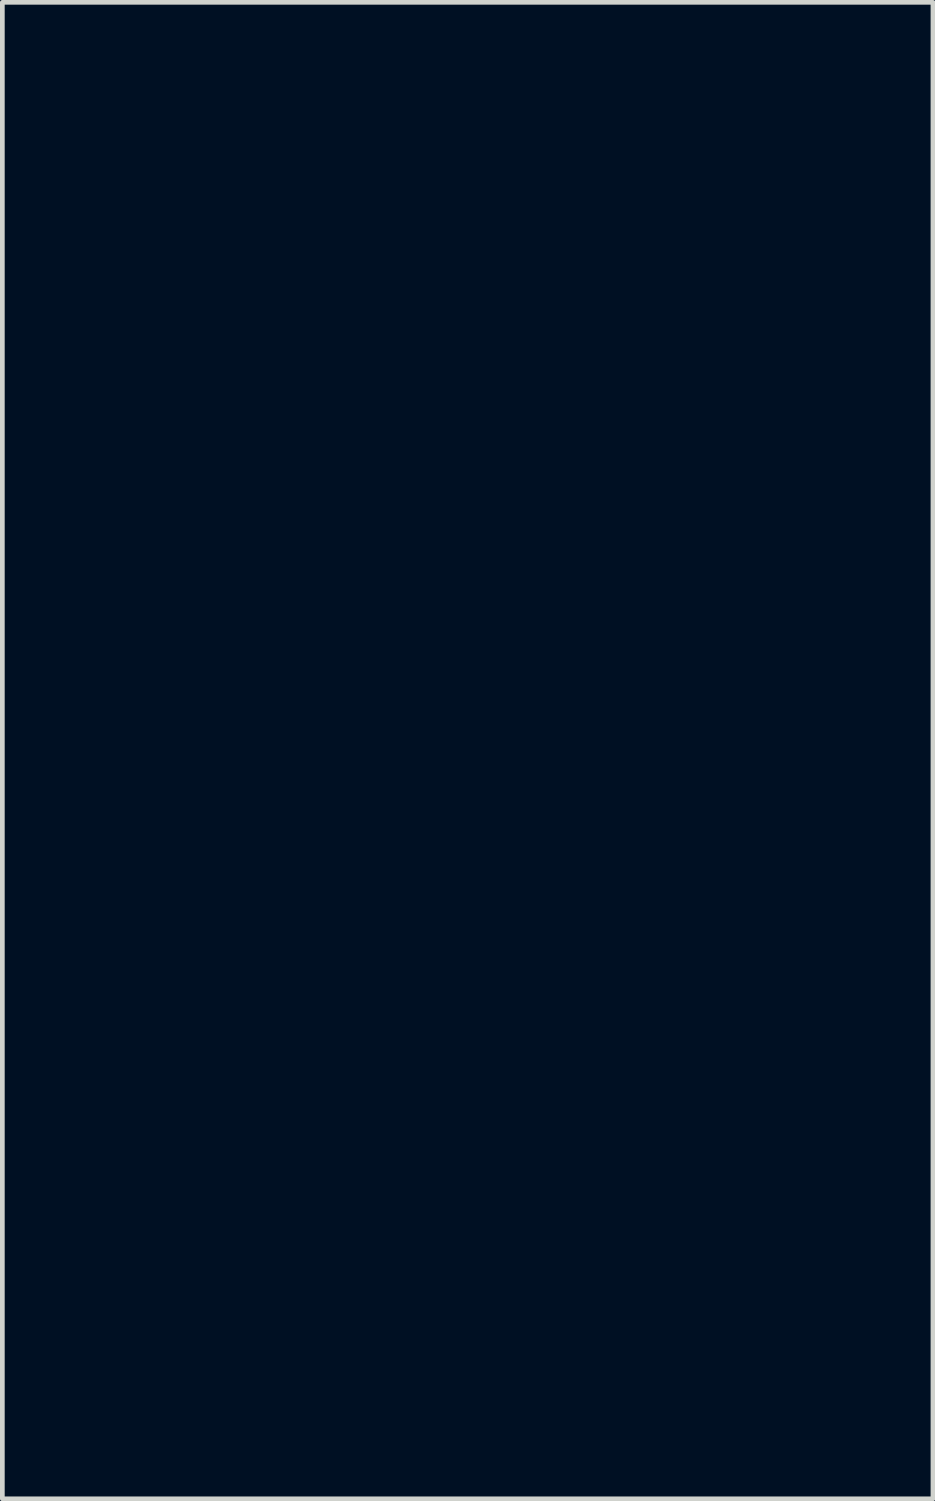
<source format=kicad_pcb>
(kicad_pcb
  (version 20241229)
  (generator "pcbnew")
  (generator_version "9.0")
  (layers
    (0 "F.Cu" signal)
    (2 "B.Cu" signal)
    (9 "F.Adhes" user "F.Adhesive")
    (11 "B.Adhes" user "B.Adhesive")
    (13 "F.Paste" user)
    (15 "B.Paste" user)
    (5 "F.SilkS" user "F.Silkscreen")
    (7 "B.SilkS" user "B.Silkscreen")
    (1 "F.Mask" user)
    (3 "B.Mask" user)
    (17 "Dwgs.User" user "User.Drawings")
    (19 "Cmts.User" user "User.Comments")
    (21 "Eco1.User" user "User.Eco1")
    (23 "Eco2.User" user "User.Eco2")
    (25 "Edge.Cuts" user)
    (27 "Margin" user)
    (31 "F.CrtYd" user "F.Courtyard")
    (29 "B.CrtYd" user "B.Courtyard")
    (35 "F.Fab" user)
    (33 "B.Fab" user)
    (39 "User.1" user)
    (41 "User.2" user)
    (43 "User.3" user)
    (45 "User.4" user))
  (footprint "blomster2"
    (layer "F.Cu")
    (at 3.863 25.523)
    (property "Reference" "blomster2" (at 0 -0.5 0) (unlocked yes) (layer "User.1") (effects (font (size 1 1) (thickness 0.15))))
    (fp_line (start -3.508 -18.868) (end -3.508 -18.868) (stroke (width 0.125) (type solid)) (layer "F.Mask"))
    (fp_line (start -3.508 -18.868) (end -3.508 -18.868) (stroke (width 0.125) (type solid)) (layer "F.Mask"))
    (fp_line (start -3.217 -20.653) (end -3.217 -20.654) (stroke (width 0.125) (type solid)) (layer "F.Mask"))
    (fp_line (start -3.217 -20.653) (end -3.217 -20.654) (stroke (width 0.125) (type solid)) (layer "F.Mask"))
    (fp_line (start -3.217 -20.654) (end -3.217 -20.653) (stroke (width 0.125) (type solid)) (layer "F.Mask"))
    (fp_line (start -3.217 -20.654) (end -3.217 -20.653) (stroke (width 0.125) (type solid)) (layer "F.Mask"))
    (fp_line (start -2.029 -22.685) (end -2.029 -22.685) (stroke (width 0.125) (type solid)) (layer "F.Mask"))
    (fp_line (start -2.029 -22.685) (end -2.029 -22.685) (stroke (width 0.125) (type solid)) (layer "F.Mask"))
    (fp_line (start -2.029 -22.685) (end -2.029 -22.685) (stroke (width 0.125) (type solid)) (layer "F.Mask"))
    (fp_line (start -2.029 -22.685) (end -2.029 -22.685) (stroke (width 0.125) (type solid)) (layer "F.Mask"))
    (fp_line (start -0.821 -24.816) (end -0.821 -24.816) (stroke (width 0.125) (type solid)) (layer "F.Mask"))
    (fp_line (start -0.821 -24.816) (end -0.821 -24.816) (stroke (width 0.125) (type solid)) (layer "F.Mask"))
    (fp_line (start -0.821 -24.816) (end -0.821 -24.816) (stroke (width 0.125) (type solid)) (layer "F.Mask"))
    (fp_line (start -0.821 -24.816) (end -0.821 -24.816) (stroke (width 0.125) (type solid)) (layer "F.Mask"))
    (fp_line (start 0.9 -24.25) (end 0.901 -24.25) (stroke (width 0.125) (type solid)) (layer "F.Mask"))
    (fp_line (start 0.9 -24.25) (end 0.901 -24.25) (stroke (width 0.125) (type solid)) (layer "F.Mask"))
    (fp_line (start 0.9 -24.25) (end 0.9 -24.25) (stroke (width 0.125) (type solid)) (layer "F.Mask"))
    (fp_line (start 0.9 -24.25) (end 0.9 -24.25) (stroke (width 0.125) (type solid)) (layer "F.Mask"))
    (fp_line (start 4.072 -18.101) (end 4.067 -18.109) (stroke (width 0.125) (type solid)) (layer "F.Mask"))
    (fp_line (start 4.072 -18.101) (end 4.067 -18.109) (stroke (width 0.125) (type solid)) (layer "F.Mask"))
    (fp_line (start 5.272 -17.661) (end 5.279 -16.871) (stroke (width 0.125) (type solid)) (layer "F.Mask"))
    (fp_line (start 5.272 -17.661) (end 5.279 -16.871) (stroke (width 0.125) (type solid)) (layer "F.Mask"))
    (fp_line (start 5.645 -11.191) (end 5.442 -11.515) (stroke (width 0.125) (type solid)) (layer "F.Mask"))
    (fp_line (start 5.645 -11.191) (end 5.442 -11.515) (stroke (width 0.125) (type solid)) (layer "F.Mask"))
    (fp_line (start 6.601 -15.37) (end 5.814 -15.343) (stroke (width 0.125) (type solid)) (layer "F.Mask"))
    (fp_line (start 6.601 -15.37) (end 5.814 -15.343) (stroke (width 0.125) (type solid)) (layer "F.Mask"))
    (fp_curve (pts (xy -3.508 -18.868) (xy -3.493 -18.644) (xy -3.522 -18.382) (xy -3.155 -18.467)) (stroke (width 0.125) (type solid)) (layer "F.Mask"))
    (fp_curve (pts (xy -3.508 -18.868) (xy -3.493 -18.644) (xy -3.522 -18.382) (xy -3.155 -18.467)) (stroke (width 0.125) (type solid)) (layer "F.Mask"))
    (fp_curve (pts (xy -3.506 -18.864) (xy -3.507 -19.523) (xy -3.468 -20.098) (xy -3.217 -20.66)) (stroke (width 0.125) (type solid)) (layer "F.Mask"))
    (fp_curve (pts (xy -3.506 -18.864) (xy -3.507 -19.523) (xy -3.468 -20.098) (xy -3.217 -20.66)) (stroke (width 0.125) (type solid)) (layer "F.Mask"))
    (fp_curve (pts (xy -3.217 -20.653) (xy -2.661 -21.535) (xy -3.869 -22.042) (xy -2.607 -22.753)) (stroke (width 0.125) (type solid)) (layer "F.Mask"))
    (fp_curve (pts (xy -3.217 -20.653) (xy -2.661 -21.535) (xy -3.869 -22.042) (xy -2.607 -22.753)) (stroke (width 0.125) (type solid)) (layer "F.Mask"))
    (fp_curve (pts (xy -3.217 -20.66) (xy -3.217 -20.658) (xy -3.217 -20.656) (xy -3.217 -20.653)) (stroke (width 0.125) (type solid)) (layer "F.Mask"))
    (fp_curve (pts (xy -3.217 -20.66) (xy -3.217 -20.658) (xy -3.217 -20.656) (xy -3.217 -20.653)) (stroke (width 0.125) (type solid)) (layer "F.Mask"))
    (fp_curve (pts (xy -3.216 -20.661) (xy -3.703 -20.232) (xy -3.641 -19.431) (xy -3.508 -18.868)) (stroke (width 0.125) (type solid)) (layer "F.Mask"))
    (fp_curve (pts (xy -3.216 -20.661) (xy -3.703 -20.232) (xy -3.641 -19.431) (xy -3.508 -18.868)) (stroke (width 0.125) (type solid)) (layer "F.Mask"))
    (fp_curve (pts (xy -3.192 -18.668) (xy -3.352 -18.656) (xy -3.445 -18.73) (xy -3.506 -18.864)) (stroke (width 0.125) (type solid)) (layer "F.Mask"))
    (fp_curve (pts (xy -3.192 -18.668) (xy -3.352 -18.656) (xy -3.445 -18.73) (xy -3.506 -18.864)) (stroke (width 0.125) (type solid)) (layer "F.Mask"))
    (fp_curve (pts (xy -3.155 -18.467) (xy -2.82 -18.332) (xy -2.677 -17.81) (xy -2.203 -17.85)) (stroke (width 0.125) (type solid)) (layer "F.Mask"))
    (fp_curve (pts (xy -3.155 -18.467) (xy -2.82 -18.332) (xy -2.677 -17.81) (xy -2.203 -17.85)) (stroke (width 0.125) (type solid)) (layer "F.Mask"))
    (fp_curve (pts (xy -2.76 -22.328) (xy -2.753 -22.333) (xy -2.639 -22.568) (xy -2.474 -22.703)) (stroke (width 0.125) (type solid)) (layer "F.Mask"))
    (fp_curve (pts (xy -2.76 -22.328) (xy -2.753 -22.333) (xy -2.639 -22.568) (xy -2.474 -22.703)) (stroke (width 0.125) (type solid)) (layer "F.Mask"))
    (fp_curve (pts (xy -2.634 -23.139) (xy -2.621 -23.121) (xy -2.603 -23.115) (xy -2.581 -23.116)) (stroke (width 0.125) (type solid)) (layer "F.Mask"))
    (fp_curve (pts (xy -2.634 -23.139) (xy -2.621 -23.121) (xy -2.603 -23.115) (xy -2.581 -23.116)) (stroke (width 0.125) (type solid)) (layer "F.Mask"))
    (fp_curve (pts (xy -2.607 -22.753) (xy -2.722 -22.427) (xy -2.767 -22.323) (xy -2.76 -22.328)) (stroke (width 0.125) (type solid)) (layer "F.Mask"))
    (fp_curve (pts (xy -2.607 -22.753) (xy -2.722 -22.427) (xy -2.767 -22.323) (xy -2.76 -22.328)) (stroke (width 0.125) (type solid)) (layer "F.Mask"))
    (fp_curve (pts (xy -2.581 -23.116) (xy -2.524 -23.118) (xy -2.446 -23.17) (xy -2.41 -23.172)) (stroke (width 0.125) (type solid)) (layer "F.Mask"))
    (fp_curve (pts (xy -2.581 -23.116) (xy -2.524 -23.118) (xy -2.446 -23.17) (xy -2.41 -23.172)) (stroke (width 0.125) (type solid)) (layer "F.Mask"))
    (fp_curve (pts (xy -2.474 -22.703) (xy -2.468 -22.707) (xy -2.463 -22.711) (xy -2.457 -22.715)) (stroke (width 0.125) (type solid)) (layer "F.Mask"))
    (fp_curve (pts (xy -2.474 -22.703) (xy -2.468 -22.707) (xy -2.463 -22.711) (xy -2.457 -22.715)) (stroke (width 0.125) (type solid)) (layer "F.Mask"))
    (fp_curve (pts (xy -2.457 -22.715) (xy -2.45 -22.721) (xy -2.443 -22.727) (xy -2.435 -22.732)) (stroke (width 0.125) (type solid)) (layer "F.Mask"))
    (fp_curve (pts (xy -2.457 -22.715) (xy -2.45 -22.721) (xy -2.443 -22.727) (xy -2.435 -22.732)) (stroke (width 0.125) (type solid)) (layer "F.Mask"))
    (fp_curve (pts (xy -2.435 -22.732) (xy -2.316 -22.813) (xy -2.175 -22.834) (xy -2.029 -22.685)) (stroke (width 0.125) (type solid)) (layer "F.Mask"))
    (fp_curve (pts (xy -2.435 -22.732) (xy -2.316 -22.813) (xy -2.175 -22.834) (xy -2.029 -22.685)) (stroke (width 0.125) (type solid)) (layer "F.Mask"))
    (fp_curve (pts (xy -2.41 -23.172) (xy -2.387 -23.173) (xy -2.38 -23.155) (xy -2.405 -23.094)) (stroke (width 0.125) (type solid)) (layer "F.Mask"))
    (fp_curve (pts (xy -2.41 -23.172) (xy -2.387 -23.173) (xy -2.38 -23.155) (xy -2.405 -23.094)) (stroke (width 0.125) (type solid)) (layer "F.Mask"))
    (fp_curve (pts (xy -2.405 -23.094) (xy -3.663 -22.518) (xy -3.075 -21.679) (xy -3.216 -20.661)) (stroke (width 0.125) (type solid)) (layer "F.Mask"))
    (fp_curve (pts (xy -2.405 -23.094) (xy -3.663 -22.518) (xy -3.075 -21.679) (xy -3.216 -20.661)) (stroke (width 0.125) (type solid)) (layer "F.Mask"))
    (fp_curve (pts (xy -2.303 -19.065) (xy -2.365 -19.562) (xy -1.812 -19.656) (xy -1.793 -20.078)) (stroke (width 0.125) (type solid)) (layer "F.Mask"))
    (fp_curve (pts (xy -2.303 -19.065) (xy -2.365 -19.562) (xy -1.812 -19.656) (xy -1.793 -20.078)) (stroke (width 0.125) (type solid)) (layer "F.Mask"))
    (fp_curve (pts (xy -2.28 -22.974) (xy -2.21 -22.97) (xy -2.141 -22.968) (xy -2.072 -22.968)) (stroke (width 0.125) (type solid)) (layer "F.Mask"))
    (fp_curve (pts (xy -2.28 -22.974) (xy -2.21 -22.97) (xy -2.141 -22.968) (xy -2.072 -22.968)) (stroke (width 0.125) (type solid)) (layer "F.Mask"))
    (fp_curve (pts (xy -2.203 -17.85) (xy -2.6 -18.034) (xy -2.79 -18.582) (xy -3.192 -18.668)) (stroke (width 0.125) (type solid)) (layer "F.Mask"))
    (fp_curve (pts (xy -2.203 -17.85) (xy -2.6 -18.034) (xy -2.79 -18.582) (xy -3.192 -18.668)) (stroke (width 0.125) (type solid)) (layer "F.Mask"))
    (fp_curve (pts (xy -2.2 -18.576) (xy -0.977 -17.851) (xy -0.219 -20.048) (xy 0.798 -18.959)) (stroke (width 0.125) (type solid)) (layer "F.Mask"))
    (fp_curve (pts (xy -2.2 -18.576) (xy -0.977 -17.851) (xy -0.219 -20.048) (xy 0.798 -18.959)) (stroke (width 0.125) (type solid)) (layer "F.Mask"))
    (fp_curve (pts (xy -2.075 -20.591) (xy -1.981 -20.867) (xy -1.787 -21.066) (xy -1.598 -21.268)) (stroke (width 0.125) (type solid)) (layer "F.Mask"))
    (fp_curve (pts (xy -2.075 -20.591) (xy -1.981 -20.867) (xy -1.787 -21.066) (xy -1.598 -21.268)) (stroke (width 0.125) (type solid)) (layer "F.Mask"))
    (fp_curve (pts (xy -2.072 -22.968) (xy -1.588 -22.969) (xy -1.119 -23.065) (xy -0.664 -23.088)) (stroke (width 0.125) (type solid)) (layer "F.Mask"))
    (fp_curve (pts (xy -2.072 -22.968) (xy -1.588 -22.969) (xy -1.119 -23.065) (xy -0.664 -23.088)) (stroke (width 0.125) (type solid)) (layer "F.Mask"))
    (fp_curve (pts (xy -2.029 -22.685) (xy -2.063 -22.83) (xy -2.224 -22.843) (xy -2.28 -22.974)) (stroke (width 0.125) (type solid)) (layer "F.Mask"))
    (fp_curve (pts (xy -2.029 -22.685) (xy -2.063 -22.83) (xy -2.224 -22.843) (xy -2.28 -22.974)) (stroke (width 0.125) (type solid)) (layer "F.Mask"))
    (fp_curve (pts (xy -2.006 -17.721) (xy -1.238 -16.305) (xy -0.556 -18.902) (xy 0.405 -18.669)) (stroke (width 0.125) (type solid)) (layer "F.Mask"))
    (fp_curve (pts (xy -2.006 -17.721) (xy -1.238 -16.305) (xy -0.556 -18.902) (xy 0.405 -18.669)) (stroke (width 0.125) (type solid)) (layer "F.Mask"))
    (fp_curve (pts (xy -1.816 -23.398) (xy -2.129 -23.389) (xy -2.419 -23.317) (xy -2.634 -23.139)) (stroke (width 0.125) (type solid)) (layer "F.Mask"))
    (fp_curve (pts (xy -1.816 -23.398) (xy -2.129 -23.389) (xy -2.419 -23.317) (xy -2.634 -23.139)) (stroke (width 0.125) (type solid)) (layer "F.Mask"))
    (fp_curve (pts (xy -1.793 -20.078) (xy -1.935 -19.723) (xy -2.646 -19.534) (xy -2.303 -19.065)) (stroke (width 0.125) (type solid)) (layer "F.Mask"))
    (fp_curve (pts (xy -1.793 -20.078) (xy -1.935 -19.723) (xy -2.646 -19.534) (xy -2.303 -19.065)) (stroke (width 0.125) (type solid)) (layer "F.Mask"))
    (fp_curve (pts (xy -1.598 -21.268) (xy -1.874 -21.122) (xy -2.083 -20.929) (xy -2.075 -20.591)) (stroke (width 0.125) (type solid)) (layer "F.Mask"))
    (fp_curve (pts (xy -1.598 -21.268) (xy -1.874 -21.122) (xy -2.083 -20.929) (xy -2.075 -20.591)) (stroke (width 0.125) (type solid)) (layer "F.Mask"))
    (fp_curve (pts (xy -0.821 -24.816) (xy -0.75 -24.99) (xy -0.713 -25.317) (xy -0.542 -25.325)) (stroke (width 0.125) (type solid)) (layer "F.Mask"))
    (fp_curve (pts (xy -0.821 -24.816) (xy -0.75 -24.99) (xy -0.713 -25.317) (xy -0.542 -25.325)) (stroke (width 0.125) (type solid)) (layer "F.Mask"))
    (fp_curve (pts (xy -0.798 -22.725) (xy -0.547 -22.084) (xy -0.077 -22.338) (xy -0.626 -22.824)) (stroke (width 0.125) (type solid)) (layer "F.Mask"))
    (fp_curve (pts (xy -0.798 -22.725) (xy -0.547 -22.084) (xy -0.077 -22.338) (xy -0.626 -22.824)) (stroke (width 0.125) (type solid)) (layer "F.Mask"))
    (fp_curve (pts (xy -0.745 -20.046) (xy -0.445 -19.805) (xy -0.152 -19.561) (xy 0.208 -19.374)) (stroke (width 0.125) (type solid)) (layer "F.Mask"))
    (fp_curve (pts (xy -0.745 -20.046) (xy -0.445 -19.805) (xy -0.152 -19.561) (xy 0.208 -19.374)) (stroke (width 0.125) (type solid)) (layer "F.Mask"))
    (fp_curve (pts (xy -0.664 -23.088) (xy -0.234 -22.96) (xy -0.202 -22.88) (xy -0.245 -22.426)) (stroke (width 0.125) (type solid)) (layer "F.Mask"))
    (fp_curve (pts (xy -0.664 -23.088) (xy -0.234 -22.96) (xy -0.202 -22.88) (xy -0.245 -22.426)) (stroke (width 0.125) (type solid)) (layer "F.Mask"))
    (fp_curve (pts (xy -0.631 -24.255) (xy -0.689 -23.821) (xy -0.338 -23.542) (xy -0.301 -23.111)) (stroke (width 0.125) (type solid)) (layer "F.Mask"))
    (fp_curve (pts (xy -0.631 -24.255) (xy -0.689 -23.821) (xy -0.338 -23.542) (xy -0.301 -23.111)) (stroke (width 0.125) (type solid)) (layer "F.Mask"))
    (fp_curve (pts (xy -0.626 -22.824) (xy -0.49 -22.348) (xy -0.443 -22.546) (xy -0.798 -22.725)) (stroke (width 0.125) (type solid)) (layer "F.Mask"))
    (fp_curve (pts (xy -0.626 -22.824) (xy -0.49 -22.348) (xy -0.443 -22.546) (xy -0.798 -22.725)) (stroke (width 0.125) (type solid)) (layer "F.Mask"))
    (fp_curve (pts (xy -0.542 -25.325) (xy -0.503 -25.327) (xy -0.456 -25.311) (xy -0.4 -25.273)) (stroke (width 0.125) (type solid)) (layer "F.Mask"))
    (fp_curve (pts (xy -0.542 -25.325) (xy -0.503 -25.327) (xy -0.456 -25.311) (xy -0.4 -25.273)) (stroke (width 0.125) (type solid)) (layer "F.Mask"))
    (fp_curve (pts (xy -0.534 -25.46) (xy -0.739 -25.452) (xy -0.857 -25.183) (xy -0.821 -24.816)) (stroke (width 0.125) (type solid)) (layer "F.Mask"))
    (fp_curve (pts (xy -0.534 -25.46) (xy -0.739 -25.452) (xy -0.857 -25.183) (xy -0.821 -24.816)) (stroke (width 0.125) (type solid)) (layer "F.Mask"))
    (fp_curve (pts (xy -0.534 -25.46) (xy -0.534 -25.46) (xy -0.534 -25.46) (xy -0.534 -25.46)) (stroke (width 0.125) (type solid)) (layer "F.Mask"))
    (fp_curve (pts (xy -0.534 -25.46) (xy -0.534 -25.46) (xy -0.534 -25.46) (xy -0.534 -25.46)) (stroke (width 0.125) (type solid)) (layer "F.Mask"))
    (fp_curve (pts (xy -0.534 -25.46) (xy -0.534 -25.46) (xy -0.534 -25.46) (xy -0.534 -25.46)) (stroke (width 0.125) (type solid)) (layer "F.Mask"))
    (fp_curve (pts (xy -0.534 -25.46) (xy -0.534 -25.46) (xy -0.534 -25.46) (xy -0.534 -25.46)) (stroke (width 0.125) (type solid)) (layer "F.Mask"))
    (fp_curve (pts (xy -0.508 -3.048) (xy 0.726 -3.519) (xy 0.978 -5.804) (xy 1.614 -6.912)) (stroke (width 0.125) (type solid)) (layer "F.Mask"))
    (fp_curve (pts (xy -0.508 -3.048) (xy 0.734 -4.583) (xy 1.305 -6.412) (xy 1.404 -8.296)) (stroke (width 0.125) (type solid)) (layer "F.Mask"))
    (fp_curve (pts (xy -0.4 -25.273) (xy -0.184 -25.129) (xy -0.969 -24.886) (xy -0.631 -24.255)) (stroke (width 0.125) (type solid)) (layer "F.Mask"))
    (fp_curve (pts (xy -0.4 -25.273) (xy -0.184 -25.129) (xy -0.969 -24.886) (xy -0.631 -24.255)) (stroke (width 0.125) (type solid)) (layer "F.Mask"))
    (fp_curve (pts (xy -0.301 -23.111) (xy -0.707 -23.251) (xy -1.294 -23.412) (xy -1.816 -23.398)) (stroke (width 0.125) (type solid)) (layer "F.Mask"))
    (fp_curve (pts (xy -0.301 -23.111) (xy -0.707 -23.251) (xy -1.294 -23.412) (xy -1.816 -23.398)) (stroke (width 0.125) (type solid)) (layer "F.Mask"))
    (fp_curve (pts (xy -0.286 -16.327) (xy -0.526 -17.432) (xy 0.312 -17.951) (xy 0.922 -18.68)) (stroke (width 0.125) (type solid)) (layer "F.Mask"))
    (fp_curve (pts (xy -0.286 -16.327) (xy -0.526 -17.432) (xy 0.312 -17.951) (xy 0.922 -18.68)) (stroke (width 0.125) (type solid)) (layer "F.Mask"))
    (fp_curve (pts (xy -0.245 -22.426) (xy -0.397 -21.988) (xy -0.133 -21.16) (xy -0.044 -21.141)) (stroke (width 0.125) (type solid)) (layer "F.Mask"))
    (fp_curve (pts (xy -0.245 -22.426) (xy -0.397 -21.988) (xy -0.133 -21.16) (xy -0.044 -21.141)) (stroke (width 0.125) (type solid)) (layer "F.Mask"))
    (fp_curve (pts (xy -0.091 -18.934) (xy -0.067 -18.808) (xy 0.056 -18.916) (xy 0.102 -18.822)) (stroke (width 0.125) (type solid)) (layer "F.Mask"))
    (fp_curve (pts (xy -0.091 -18.934) (xy -0.067 -18.808) (xy 0.056 -18.916) (xy 0.102 -18.822)) (stroke (width 0.125) (type solid)) (layer "F.Mask"))
    (fp_curve (pts (xy -0.086 -21.728) (xy -0.076 -22.547) (xy -0.175 -23.695) (xy 0.535 -24.101)) (stroke (width 0.125) (type solid)) (layer "F.Mask"))
    (fp_curve (pts (xy -0.086 -21.728) (xy -0.076 -22.547) (xy -0.175 -23.695) (xy 0.535 -24.101)) (stroke (width 0.125) (type solid)) (layer "F.Mask"))
    (fp_curve (pts (xy -0.081 -20.188) (xy -0.17 -19.773) (xy 0.262 -19.72) (xy 0.458 -19.439)) (stroke (width 0.125) (type solid)) (layer "F.Mask"))
    (fp_curve (pts (xy -0.081 -20.188) (xy -0.17 -19.773) (xy 0.262 -19.72) (xy 0.458 -19.439)) (stroke (width 0.125) (type solid)) (layer "F.Mask"))
    (fp_curve (pts (xy -0.044 -17.942) (xy -0.524 -17.767) (xy -0.734 -16.696) (xy -0.286 -16.327)) (stroke (width 0.125) (type solid)) (layer "F.Mask"))
    (fp_curve (pts (xy -0.044 -17.942) (xy -0.524 -17.767) (xy -0.734 -16.696) (xy -0.286 -16.327)) (stroke (width 0.125) (type solid)) (layer "F.Mask"))
    (fp_curve (pts (xy -0.044 -21.141) (xy -0.004 -21.132) (xy 0.001 -21.29) (xy -0.086 -21.728)) (stroke (width 0.125) (type solid)) (layer "F.Mask"))
    (fp_curve (pts (xy -0.044 -21.141) (xy -0.004 -21.132) (xy 0.001 -21.29) (xy -0.086 -21.728)) (stroke (width 0.125) (type solid)) (layer "F.Mask"))
    (fp_curve (pts (xy 0.013 -3.048) (xy 1.785 -4.691) (xy 2.033 -8.039) (xy 2.123 -10.505)) (stroke (width 0.125) (type solid)) (layer "F.Mask"))
    (fp_curve (pts (xy 0.013 -3.048) (xy 0.365 -3.639) (xy 1.487 -5.625) (xy 1.614 -6.912)) (stroke (width 0.125) (type solid)) (layer "F.Mask"))
    (fp_curve (pts (xy 0.021 -21.064) (xy -0.37 -21.309) (xy 0.115 -20.326) (xy 0.182 -20.488)) (stroke (width 0.125) (type solid)) (layer "F.Mask"))
    (fp_curve (pts (xy 0.021 -21.064) (xy -0.37 -21.309) (xy 0.115 -20.326) (xy 0.182 -20.488)) (stroke (width 0.125) (type solid)) (layer "F.Mask"))
    (fp_curve (pts (xy 0.102 -18.822) (xy -0.732 -18.562) (xy -1.005 -16.792) (xy -2.006 -17.721)) (stroke (width 0.125) (type solid)) (layer "F.Mask"))
    (fp_curve (pts (xy 0.102 -18.822) (xy -0.732 -18.562) (xy -1.005 -16.792) (xy -2.006 -17.721)) (stroke (width 0.125) (type solid)) (layer "F.Mask"))
    (fp_curve (pts (xy 0.144 -20.702) (xy 0.137 -20.839) (xy 0.138 -20.974) (xy 0.021 -21.064)) (stroke (width 0.125) (type solid)) (layer "F.Mask"))
    (fp_curve (pts (xy 0.144 -20.702) (xy 0.137 -20.839) (xy 0.138 -20.974) (xy 0.021 -21.064)) (stroke (width 0.125) (type solid)) (layer "F.Mask"))
    (fp_curve (pts (xy 0.144 -20.701) (xy 0.231 -20.406) (xy 0.163 -20.097) (xy 0.443 -19.854)) (stroke (width 0.125) (type solid)) (layer "F.Mask"))
    (fp_curve (pts (xy 0.144 -20.701) (xy 0.231 -20.406) (xy 0.163 -20.097) (xy 0.443 -19.854)) (stroke (width 0.125) (type solid)) (layer "F.Mask"))
    (fp_curve (pts (xy 0.182 -20.488) (xy 0.154 -20.554) (xy 0.148 -20.627) (xy 0.144 -20.701)) (stroke (width 0.125) (type solid)) (layer "F.Mask"))
    (fp_curve (pts (xy 0.182 -20.488) (xy 0.154 -20.554) (xy 0.148 -20.627) (xy 0.144 -20.701)) (stroke (width 0.125) (type solid)) (layer "F.Mask"))
    (fp_curve (pts (xy 0.208 -19.374) (xy -0.992 -19.366) (xy -0.635 -18.369) (xy -2.2 -18.576)) (stroke (width 0.125) (type solid)) (layer "F.Mask"))
    (fp_curve (pts (xy 0.208 -19.374) (xy -0.992 -19.366) (xy -0.635 -18.369) (xy -2.2 -18.576)) (stroke (width 0.125) (type solid)) (layer "F.Mask"))
    (fp_curve (pts (xy 0.339 -24.435) (xy -0.149 -24.4) (xy -0.051 -25.449) (xy -0.534 -25.46)) (stroke (width 0.125) (type solid)) (layer "F.Mask"))
    (fp_curve (pts (xy 0.339 -24.435) (xy -0.149 -24.4) (xy -0.051 -25.449) (xy -0.534 -25.46)) (stroke (width 0.125) (type solid)) (layer "F.Mask"))
    (fp_curve (pts (xy 0.367 -18.801) (xy 0.864 -19.097) (xy 0.138 -18.966) (xy -0.091 -18.934)) (stroke (width 0.125) (type solid)) (layer "F.Mask"))
    (fp_curve (pts (xy 0.367 -18.801) (xy 0.864 -19.097) (xy 0.138 -18.966) (xy -0.091 -18.934)) (stroke (width 0.125) (type solid)) (layer "F.Mask"))
    (fp_curve (pts (xy 0.405 -18.669) (xy 0.595 -18.683) (xy 0.717 -18.537) (xy 0.53 -18.419)) (stroke (width 0.125) (type solid)) (layer "F.Mask"))
    (fp_curve (pts (xy 0.405 -18.669) (xy 0.595 -18.683) (xy 0.717 -18.537) (xy 0.53 -18.419)) (stroke (width 0.125) (type solid)) (layer "F.Mask"))
    (fp_curve (pts (xy 0.443 -19.854) (xy 0.117 -19.809) (xy 0.104 -20.122) (xy -0.081 -20.188)) (stroke (width 0.125) (type solid)) (layer "F.Mask"))
    (fp_curve (pts (xy 0.443 -19.854) (xy 0.117 -19.809) (xy 0.104 -20.122) (xy -0.081 -20.188)) (stroke (width 0.125) (type solid)) (layer "F.Mask"))
    (fp_curve (pts (xy 0.458 -19.439) (xy 0.032 -19.666) (xy -0.379 -19.807) (xy -0.745 -20.046)) (stroke (width 0.125) (type solid)) (layer "F.Mask"))
    (fp_curve (pts (xy 0.458 -19.439) (xy 0.032 -19.666) (xy -0.379 -19.807) (xy -0.745 -20.046)) (stroke (width 0.125) (type solid)) (layer "F.Mask"))
    (fp_curve (pts (xy 0.511 -24.483) (xy 0.446 -24.454) (xy 0.39 -24.438) (xy 0.339 -24.435)) (stroke (width 0.125) (type solid)) (layer "F.Mask"))
    (fp_curve (pts (xy 0.511 -24.483) (xy 0.446 -24.454) (xy 0.39 -24.438) (xy 0.339 -24.435)) (stroke (width 0.125) (type solid)) (layer "F.Mask"))
    (fp_curve (pts (xy 0.53 -18.419) (xy 0.355 -18.244) (xy 0.245 -18.02) (xy -0.044 -17.942)) (stroke (width 0.125) (type solid)) (layer "F.Mask"))
    (fp_curve (pts (xy 0.53 -18.419) (xy 0.355 -18.244) (xy 0.245 -18.02) (xy -0.044 -17.942)) (stroke (width 0.125) (type solid)) (layer "F.Mask"))
    (fp_curve (pts (xy 0.535 -24.101) (xy 0.472 -24.306) (xy 0.533 -24.444) (xy 0.646 -24.441)) (stroke (width 0.125) (type solid)) (layer "F.Mask"))
    (fp_curve (pts (xy 0.535 -24.101) (xy 0.472 -24.306) (xy 0.533 -24.444) (xy 0.646 -24.441)) (stroke (width 0.125) (type solid)) (layer "F.Mask"))
    (fp_curve (pts (xy 0.646 -24.441) (xy 0.716 -24.44) (xy 0.807 -24.382) (xy 0.9 -24.25)) (stroke (width 0.125) (type solid)) (layer "F.Mask"))
    (fp_curve (pts (xy 0.646 -24.441) (xy 0.716 -24.44) (xy 0.807 -24.382) (xy 0.9 -24.25)) (stroke (width 0.125) (type solid)) (layer "F.Mask"))
    (fp_curve (pts (xy 0.65 -21.316) (xy 0.613 -20.776) (xy 1.229 -20.695) (xy 1.166 -20.155)) (stroke (width 0.125) (type solid)) (layer "F.Mask"))
    (fp_curve (pts (xy 0.65 -21.316) (xy 0.613 -20.776) (xy 1.229 -20.695) (xy 1.166 -20.155)) (stroke (width 0.125) (type solid)) (layer "F.Mask"))
    (fp_curve (pts (xy 0.7 -24.577) (xy 0.648 -24.58) (xy 0.586 -24.548) (xy 0.511 -24.483)) (stroke (width 0.125) (type solid)) (layer "F.Mask"))
    (fp_curve (pts (xy 0.7 -24.577) (xy 0.648 -24.58) (xy 0.586 -24.548) (xy 0.511 -24.483)) (stroke (width 0.125) (type solid)) (layer "F.Mask"))
    (fp_curve (pts (xy 0.794 -12.95) (xy 0.275 -14.049) (xy 0.796 -15.091) (xy 1.199 -16.129)) (stroke (width 0.125) (type solid)) (layer "F.Mask"))
    (fp_curve (pts (xy 0.794 -12.95) (xy 1.792 -9.639) (xy 1.762 -5.852) (xy -0.508 -3.048)) (stroke (width 0.125) (type solid)) (layer "F.Mask"))
    (fp_curve (pts (xy 0.798 -18.959) (xy 0.786 -18.922) (xy 0.779 -18.874) (xy 0.837 -18.867)) (stroke (width 0.125) (type solid)) (layer "F.Mask"))
    (fp_curve (pts (xy 0.798 -18.959) (xy 0.786 -18.922) (xy 0.779 -18.874) (xy 0.837 -18.867)) (stroke (width 0.125) (type solid)) (layer "F.Mask"))
    (fp_curve (pts (xy 0.837 -18.867) (xy 0.874 -18.863) (xy 0.967 -19.084) (xy 0.942 -18.845)) (stroke (width 0.125) (type solid)) (layer "F.Mask"))
    (fp_curve (pts (xy 0.837 -18.867) (xy 0.874 -18.863) (xy 0.967 -19.084) (xy 0.942 -18.845)) (stroke (width 0.125) (type solid)) (layer "F.Mask"))
    (fp_curve (pts (xy 0.87 -22.103) (xy 0.776 -22.916) (xy 1.632 -23.291) (xy 1.038 -24.154)) (stroke (width 0.125) (type solid)) (layer "F.Mask"))
    (fp_curve (pts (xy 0.87 -22.103) (xy 0.776 -22.916) (xy 1.632 -23.291) (xy 1.038 -24.154)) (stroke (width 0.125) (type solid)) (layer "F.Mask"))
    (fp_curve (pts (xy 0.901 -24.25) (xy 0.848 -24.466) (xy 0.787 -24.571) (xy 0.7 -24.577)) (stroke (width 0.125) (type solid)) (layer "F.Mask"))
    (fp_curve (pts (xy 0.901 -24.25) (xy 0.848 -24.466) (xy 0.787 -24.571) (xy 0.7 -24.577)) (stroke (width 0.125) (type solid)) (layer "F.Mask"))
    (fp_curve (pts (xy 0.922 -18.68) (xy 0.81 -18.417) (xy 0.689 -17.141) (xy 1.026 -17.723)) (stroke (width 0.125) (type solid)) (layer "F.Mask"))
    (fp_curve (pts (xy 0.922 -18.68) (xy 0.81 -18.417) (xy 0.689 -17.141) (xy 1.026 -17.723)) (stroke (width 0.125) (type solid)) (layer "F.Mask"))
    (fp_curve (pts (xy 0.942 -18.845) (xy 0.834 -18.547) (xy 0.565 -18.876) (xy 0.367 -18.801)) (stroke (width 0.125) (type solid)) (layer "F.Mask"))
    (fp_curve (pts (xy 0.942 -18.845) (xy 0.834 -18.547) (xy 0.565 -18.876) (xy 0.367 -18.801)) (stroke (width 0.125) (type solid)) (layer "F.Mask"))
    (fp_curve (pts (xy 1.018 -22.527) (xy 1.025 -21.784) (xy 1.952 -21.592) (xy 2.018 -20.941)) (stroke (width 0.125) (type solid)) (layer "F.Mask"))
    (fp_curve (pts (xy 1.018 -22.527) (xy 1.025 -21.784) (xy 1.952 -21.592) (xy 2.018 -20.941)) (stroke (width 0.125) (type solid)) (layer "F.Mask"))
    (fp_curve (pts (xy 1.026 -17.723) (xy 1.142 -17.964) (xy 0.842 -19.043) (xy 1.367 -18.591)) (stroke (width 0.125) (type solid)) (layer "F.Mask"))
    (fp_curve (pts (xy 1.026 -17.723) (xy 1.142 -17.964) (xy 0.842 -19.043) (xy 1.367 -18.591)) (stroke (width 0.125) (type solid)) (layer "F.Mask"))
    (fp_curve (pts (xy 1.038 -24.154) (xy 1.255 -23.266) (xy 0.582 -22.753) (xy 0.87 -22.103)) (stroke (width 0.125) (type solid)) (layer "F.Mask"))
    (fp_curve (pts (xy 1.038 -24.154) (xy 1.255 -23.266) (xy 0.582 -22.753) (xy 0.87 -22.103)) (stroke (width 0.125) (type solid)) (layer "F.Mask"))
    (fp_curve (pts (xy 1.166 -20.155) (xy 1.314 -20.76) (xy 0.854 -20.797) (xy 0.65 -21.316)) (stroke (width 0.125) (type solid)) (layer "F.Mask"))
    (fp_curve (pts (xy 1.166 -20.155) (xy 1.314 -20.76) (xy 0.854 -20.797) (xy 0.65 -21.316)) (stroke (width 0.125) (type solid)) (layer "F.Mask"))
    (fp_curve (pts (xy 1.198 -16.129) (xy 0.796 -15.091) (xy 0.275 -14.05) (xy 0.794 -12.95)) (stroke (width 0.125) (type solid)) (layer "F.Mask"))
    (fp_curve (pts (xy 1.198 -16.129) (xy 1.345 -16.507) (xy 1.475 -16.885) (xy 1.534 -17.264)) (stroke (width 0.125) (type solid)) (layer "F.Mask"))
    (fp_curve (pts (xy 1.198 -16.129) (xy 1.345 -16.507) (xy 1.475 -16.885) (xy 1.534 -17.264)) (stroke (width 0.125) (type solid)) (layer "F.Mask"))
    (fp_curve (pts (xy 1.199 -16.129) (xy 0.487 -13.332) (xy 1.125 -12.062) (xy 1.865 -8.656)) (stroke (width 0.125) (type solid)) (layer "F.Mask"))
    (fp_curve (pts (xy 1.367 -18.591) (xy 1.576 -18.144) (xy 1.602 -17.702) (xy 1.534 -17.264)) (stroke (width 0.125) (type solid)) (layer "F.Mask"))
    (fp_curve (pts (xy 1.367 -18.591) (xy 1.576 -18.144) (xy 1.602 -17.702) (xy 1.534 -17.264)) (stroke (width 0.125) (type solid)) (layer "F.Mask"))
    (fp_curve (pts (xy 1.398 -19.846) (xy 1.046 -18.357) (xy 0.433 -20.21) (xy 0.144 -20.702)) (stroke (width 0.125) (type solid)) (layer "F.Mask"))
    (fp_curve (pts (xy 1.398 -19.846) (xy 1.046 -18.357) (xy 0.433 -20.21) (xy 0.144 -20.702)) (stroke (width 0.125) (type solid)) (layer "F.Mask"))
    (fp_curve (pts (xy 1.415 -8.561) (xy 1.459 -10.035) (xy 1.22 -11.536) (xy 0.794 -12.95)) (stroke (width 0.125) (type solid)) (layer "F.Mask"))
    (fp_curve (pts (xy 1.48 -19.195) (xy 1.142 -19.199) (xy 1.58 -19.59) (xy 1.398 -19.846)) (stroke (width 0.125) (type solid)) (layer "F.Mask"))
    (fp_curve (pts (xy 1.48 -19.195) (xy 1.142 -19.199) (xy 1.58 -19.59) (xy 1.398 -19.846)) (stroke (width 0.125) (type solid)) (layer "F.Mask"))
    (fp_curve (pts (xy 1.534 -17.264) (xy 1.399 -16.857) (xy 1.288 -16.48) (xy 1.198 -16.129)) (stroke (width 0.125) (type solid)) (layer "F.Mask"))
    (fp_curve (pts (xy 1.534 -17.264) (xy 1.399 -16.857) (xy 1.288 -16.48) (xy 1.198 -16.129)) (stroke (width 0.125) (type solid)) (layer "F.Mask"))
    (fp_curve (pts (xy 1.534 -17.264) (xy 1.59 -17.434) (xy 1.649 -17.607) (xy 1.713 -17.789)) (stroke (width 0.125) (type solid)) (layer "F.Mask"))
    (fp_curve (pts (xy 1.534 -17.264) (xy 1.59 -17.434) (xy 1.649 -17.607) (xy 1.713 -17.789)) (stroke (width 0.125) (type solid)) (layer "F.Mask"))
    (fp_curve (pts (xy 1.614 -6.912) (xy 1.487 -5.625) (xy 0.365 -3.639) (xy 0.013 -3.048)) (stroke (width 0.125) (type solid)) (layer "F.Mask"))
    (fp_curve (pts (xy 1.614 -6.912) (xy 0.978 -5.804) (xy 0.727 -3.519) (xy -0.508 -3.048)) (stroke (width 0.125) (type solid)) (layer "F.Mask"))
    (fp_curve (pts (xy 1.646 -10.989) (xy 0.819 -13.505) (xy 0.927 -16.45) (xy 3.636 -17.737)) (stroke (width 0.125) (type solid)) (layer "F.Mask"))
    (fp_curve (pts (xy 1.646 -10.989) (xy 0.819 -13.505) (xy 0.927 -16.45) (xy 3.636 -17.737)) (stroke (width 0.125) (type solid)) (layer "F.Mask"))
    (fp_curve (pts (xy 1.713 -17.789) (xy 1.902 -18.181) (xy 1.85 -17.373) (xy 1.842 -17.208)) (stroke (width 0.125) (type solid)) (layer "F.Mask"))
    (fp_curve (pts (xy 1.713 -17.789) (xy 1.902 -18.181) (xy 1.85 -17.373) (xy 1.842 -17.208)) (stroke (width 0.125) (type solid)) (layer "F.Mask"))
    (fp_curve (pts (xy 1.795 -10.995) (xy 2.133 -11.356) (xy 2.526 -11.594) (xy 2.97 -11.882)) (stroke (width 0.125) (type solid)) (layer "F.Mask"))
    (fp_curve (pts (xy 1.795 -10.995) (xy 1.713 -11.73) (xy 4.35 -12.264) (xy 2.938 -12.607)) (stroke (width 0.125) (type solid)) (layer "F.Mask"))
    (fp_curve (pts (xy 1.842 -17.208) (xy 2.326 -17.396) (xy 1.304 -19.309) (xy 1.873 -18.844)) (stroke (width 0.125) (type solid)) (layer "F.Mask"))
    (fp_curve (pts (xy 1.842 -17.208) (xy 2.326 -17.396) (xy 1.304 -19.309) (xy 1.873 -18.844)) (stroke (width 0.125) (type solid)) (layer "F.Mask"))
    (fp_curve (pts (xy 1.864 -8.656) (xy 1.125 -12.062) (xy 0.487 -13.333) (xy 1.198 -16.129)) (stroke (width 0.125) (type solid)) (layer "F.Mask"))
    (fp_curve (pts (xy 1.865 -8.656) (xy 2.152 -10.653) (xy 1.17 -10.183) (xy 2.97 -11.882)) (stroke (width 0.125) (type solid)) (layer "F.Mask"))
    (fp_curve (pts (xy 1.873 -18.844) (xy 2.008 -18.763) (xy 2.135 -18.884) (xy 2.004 -18.997)) (stroke (width 0.125) (type solid)) (layer "F.Mask"))
    (fp_curve (pts (xy 1.873 -18.844) (xy 2.008 -18.763) (xy 2.135 -18.884) (xy 2.004 -18.997)) (stroke (width 0.125) (type solid)) (layer "F.Mask"))
    (fp_curve (pts (xy 1.885 -16.78) (xy 2.358 -17.348) (xy 2.943 -17.78) (xy 3.564 -18.17)) (stroke (width 0.125) (type solid)) (layer "F.Mask"))
    (fp_curve (pts (xy 1.885 -16.78) (xy 2.358 -17.348) (xy 2.943 -17.78) (xy 3.564 -18.17)) (stroke (width 0.125) (type solid)) (layer "F.Mask"))
    (fp_curve (pts (xy 1.979 -20.931) (xy 1.951 -20.297) (xy 1.425 -19.742) (xy 1.48 -19.195)) (stroke (width 0.125) (type solid)) (layer "F.Mask"))
    (fp_curve (pts (xy 1.979 -20.931) (xy 1.951 -20.297) (xy 1.425 -19.742) (xy 1.48 -19.195)) (stroke (width 0.125) (type solid)) (layer "F.Mask"))
    (fp_curve (pts (xy 1.982 -8.296) (xy 1.777 -6.307) (xy 1.292 -4.233) (xy 0.013 -3.048)) (stroke (width 0.125) (type solid)) (layer "F.Mask"))
    (fp_curve (pts (xy 2.004 -18.997) (xy 1.187 -19.285) (xy 2.29 -20.483) (xy 1.979 -20.931)) (stroke (width 0.125) (type solid)) (layer "F.Mask"))
    (fp_curve (pts (xy 2.004 -18.997) (xy 1.187 -19.285) (xy 2.29 -20.483) (xy 1.979 -20.931)) (stroke (width 0.125) (type solid)) (layer "F.Mask"))
    (fp_curve (pts (xy 2.018 -20.941) (xy 2.132 -21.717) (xy 1.211 -21.803) (xy 1.018 -22.527)) (stroke (width 0.125) (type solid)) (layer "F.Mask"))
    (fp_curve (pts (xy 2.018 -20.941) (xy 2.132 -21.717) (xy 1.211 -21.803) (xy 1.018 -22.527)) (stroke (width 0.125) (type solid)) (layer "F.Mask"))
    (fp_curve (pts (xy 2.123 -10.505) (xy 2.281 -11.098) (xy 2.803 -11.688) (xy 3.448 -11.792)) (stroke (width 0.125) (type solid)) (layer "F.Mask"))
    (fp_curve (pts (xy 2.123 -10.505) (xy 2.101 -9.898) (xy 2.069 -9.237) (xy 2.007 -8.561)) (stroke (width 0.125) (type solid)) (layer "F.Mask"))
    (fp_curve (pts (xy 2.938 -12.606) (xy 4.35 -12.265) (xy 1.713 -11.73) (xy 1.795 -10.995)) (stroke (width 0.125) (type solid)) (layer "F.Mask"))
    (fp_curve (pts (xy 2.938 -12.607) (xy 2.646 -12.653) (xy 2.944 -12.962) (xy 3.154 -12.727)) (stroke (width 0.125) (type solid)) (layer "F.Mask"))
    (fp_curve (pts (xy 2.97 -11.882) (xy 1.171 -10.182) (xy 2.152 -10.653) (xy 1.864 -8.656)) (stroke (width 0.125) (type solid)) (layer "F.Mask"))
    (fp_curve (pts (xy 2.97 -11.882) (xy 2.526 -11.594) (xy 2.133 -11.356) (xy 1.795 -10.995)) (stroke (width 0.125) (type solid)) (layer "F.Mask"))
    (fp_curve (pts (xy 3.154 -12.727) (xy 2.944 -12.962) (xy 2.646 -12.653) (xy 2.938 -12.606)) (stroke (width 0.125) (type solid)) (layer "F.Mask"))
    (fp_curve (pts (xy 3.154 -12.727) (xy 3.575 -12.498) (xy 3.328 -13.309) (xy 3.407 -13.562)) (stroke (width 0.125) (type solid)) (layer "F.Mask"))
    (fp_curve (pts (xy 3.26 -16.779) (xy 3.722 -16.661) (xy 3.579 -17.953) (xy 3.987 -17.85)) (stroke (width 0.125) (type solid)) (layer "F.Mask"))
    (fp_curve (pts (xy 3.26 -16.779) (xy 3.722 -16.661) (xy 3.579 -17.953) (xy 3.987 -17.85)) (stroke (width 0.125) (type solid)) (layer "F.Mask"))
    (fp_curve (pts (xy 3.407 -13.562) (xy 3.328 -13.309) (xy 3.574 -12.498) (xy 3.154 -12.727)) (stroke (width 0.125) (type solid)) (layer "F.Mask"))
    (fp_curve (pts (xy 3.407 -13.562) (xy 3.71 -13.237) (xy 3.778 -12.874) (xy 3.583 -12.666)) (stroke (width 0.125) (type solid)) (layer "F.Mask"))
    (fp_curve (pts (xy 3.448 -11.792) (xy 3.681 -11.844) (xy 3.28 -11.943) (xy 3.602 -12.021)) (stroke (width 0.125) (type solid)) (layer "F.Mask"))
    (fp_curve (pts (xy 3.448 -11.792) (xy 2.803 -11.688) (xy 2.281 -11.098) (xy 2.123 -10.505)) (stroke (width 0.125) (type solid)) (layer "F.Mask"))
    (fp_curve (pts (xy 3.513 -13.151) (xy 3.594 -13.005) (xy 3.629 -12.853) (xy 3.583 -12.666)) (stroke (width 0.125) (type solid)) (layer "F.Mask"))
    (fp_curve (pts (xy 3.513 -13.151) (xy 3.516 -12.904) (xy 3.382 -12.605) (xy 3.605 -12.428)) (stroke (width 0.125) (type solid)) (layer "F.Mask"))
    (fp_curve (pts (xy 3.564 -18.17) (xy 3.032 -18.084) (xy 2.118 -17.326) (xy 1.885 -16.78)) (stroke (width 0.125) (type solid)) (layer "F.Mask"))
    (fp_curve (pts (xy 3.564 -18.17) (xy 3.032 -18.084) (xy 2.118 -17.326) (xy 1.885 -16.78)) (stroke (width 0.125) (type solid)) (layer "F.Mask"))
    (fp_curve (pts (xy 3.583 -12.666) (xy 3.778 -12.874) (xy 3.709 -13.237) (xy 3.407 -13.562)) (stroke (width 0.125) (type solid)) (layer "F.Mask"))
    (fp_curve (pts (xy 3.583 -12.666) (xy 3.629 -12.853) (xy 3.594 -13.005) (xy 3.513 -13.151)) (stroke (width 0.125) (type solid)) (layer "F.Mask"))
    (fp_curve (pts (xy 3.602 -12.021) (xy 3.843 -12.13) (xy 3.711 -11.763) (xy 3.953 -11.845)) (stroke (width 0.125) (type solid)) (layer "F.Mask"))
    (fp_curve (pts (xy 3.602 -12.021) (xy 3.28 -11.942) (xy 3.68 -11.845) (xy 3.448 -11.792)) (stroke (width 0.125) (type solid)) (layer "F.Mask"))
    (fp_curve (pts (xy 3.605 -12.428) (xy 3.382 -12.605) (xy 3.516 -12.904) (xy 3.513 -13.151)) (stroke (width 0.125) (type solid)) (layer "F.Mask"))
    (fp_curve (pts (xy 3.605 -12.428) (xy 3.814 -12.263) (xy 3.886 -12.072) (xy 3.953 -11.845)) (stroke (width 0.125) (type solid)) (layer "F.Mask"))
    (fp_curve (pts (xy 3.636 -17.737) (xy 3.622 -17.385) (xy 3.095 -17.037) (xy 3.26 -16.779)) (stroke (width 0.125) (type solid)) (layer "F.Mask"))
    (fp_curve (pts (xy 3.636 -17.737) (xy 3.622 -17.385) (xy 3.095 -17.037) (xy 3.26 -16.779)) (stroke (width 0.125) (type solid)) (layer "F.Mask"))
    (fp_curve (pts (xy 3.672 -18.629) (xy 3.576 -18.417) (xy 3.884 -18.252) (xy 3.71 -18.105)) (stroke (width 0.125) (type solid)) (layer "F.Mask"))
    (fp_curve (pts (xy 3.672 -18.629) (xy 3.576 -18.417) (xy 3.884 -18.252) (xy 3.71 -18.105)) (stroke (width 0.125) (type solid)) (layer "F.Mask"))
    (fp_curve (pts (xy 3.682 -11.613) (xy 3.756 -11.261) (xy 4.073 -10.979) (xy 3.912 -10.571)) (stroke (width 0.125) (type solid)) (layer "F.Mask"))
    (fp_curve (pts (xy 3.682 -11.613) (xy 3.756 -11.261) (xy 4.073 -10.979) (xy 3.912 -10.571)) (stroke (width 0.125) (type solid)) (layer "F.Mask"))
    (fp_curve (pts (xy 3.71 -18.105) (xy 1.196 -16.816) (xy 0.227 -13.33) (xy 1.646 -10.989)) (stroke (width 0.125) (type solid)) (layer "F.Mask"))
    (fp_curve (pts (xy 3.71 -18.105) (xy 1.196 -16.816) (xy 0.227 -13.33) (xy 1.646 -10.989)) (stroke (width 0.125) (type solid)) (layer "F.Mask"))
    (fp_curve (pts (xy 3.742 -18.277) (xy 3.225 -18.625) (xy 4.09 -19.139) (xy 4.47 -18.966)) (stroke (width 0.125) (type solid)) (layer "F.Mask"))
    (fp_curve (pts (xy 3.742 -18.277) (xy 3.225 -18.625) (xy 4.09 -19.139) (xy 4.47 -18.966)) (stroke (width 0.125) (type solid)) (layer "F.Mask"))
    (fp_curve (pts (xy 3.912 -10.571) (xy 3.976 -9.835) (xy 4.363 -11.568) (xy 4.05 -11.773)) (stroke (width 0.125) (type solid)) (layer "F.Mask"))
    (fp_curve (pts (xy 3.912 -10.571) (xy 3.976 -9.835) (xy 4.363 -11.568) (xy 4.05 -11.773)) (stroke (width 0.125) (type solid)) (layer "F.Mask"))
    (fp_curve (pts (xy 3.918 -16.537) (xy 4.181 -17.038) (xy 4.407 -17.544) (xy 4.071 -18.102)) (stroke (width 0.125) (type solid)) (layer "F.Mask"))
    (fp_curve (pts (xy 3.918 -16.537) (xy 4.181 -17.038) (xy 4.407 -17.544) (xy 4.071 -18.102)) (stroke (width 0.125) (type solid)) (layer "F.Mask"))
    (fp_curve (pts (xy 3.932 -12.951) (xy 4.008 -12.506) (xy 4.432 -12.172) (xy 4.047 -11.779)) (stroke (width 0.125) (type solid)) (layer "F.Mask"))
    (fp_curve (pts (xy 3.932 -12.951) (xy 4.008 -12.506) (xy 4.432 -12.172) (xy 4.047 -11.779)) (stroke (width 0.125) (type solid)) (layer "F.Mask"))
    (fp_curve (pts (xy 3.953 -11.845) (xy 3.886 -12.072) (xy 3.814 -12.263) (xy 3.605 -12.428)) (stroke (width 0.125) (type solid)) (layer "F.Mask"))
    (fp_curve (pts (xy 3.953 -11.845) (xy 3.711 -11.763) (xy 3.844 -12.129) (xy 3.602 -12.021)) (stroke (width 0.125) (type solid)) (layer "F.Mask"))
    (fp_curve (pts (xy 3.987 -17.85) (xy 4.212 -17.58) (xy 3.919 -16.921) (xy 3.918 -16.537)) (stroke (width 0.125) (type solid)) (layer "F.Mask"))
    (fp_curve (pts (xy 3.987 -17.85) (xy 4.212 -17.58) (xy 3.919 -16.921) (xy 3.918 -16.537)) (stroke (width 0.125) (type solid)) (layer "F.Mask"))
    (fp_curve (pts (xy 4.047 -11.779) (xy 5.08 -11.917) (xy 2.439 -14.602) (xy 6.07 -13.941)) (stroke (width 0.125) (type solid)) (layer "F.Mask"))
    (fp_curve (pts (xy 4.047 -11.779) (xy 5.08 -11.917) (xy 2.439 -14.602) (xy 6.07 -13.941)) (stroke (width 0.125) (type solid)) (layer "F.Mask"))
    (fp_curve (pts (xy 4.05 -11.773) (xy 3.817 -11.689) (xy 4.196 -11.312) (xy 4.084 -11.07)) (stroke (width 0.125) (type solid)) (layer "F.Mask"))
    (fp_curve (pts (xy 4.05 -11.773) (xy 3.817 -11.689) (xy 4.196 -11.312) (xy 4.084 -11.07)) (stroke (width 0.125) (type solid)) (layer "F.Mask"))
    (fp_curve (pts (xy 4.058 -14.204) (xy 4.596 -14.684) (xy 5.21 -15.66) (xy 4.575 -16.175)) (stroke (width 0.125) (type solid)) (layer "F.Mask"))
    (fp_curve (pts (xy 4.058 -14.204) (xy 4.596 -14.684) (xy 5.21 -15.66) (xy 4.575 -16.175)) (stroke (width 0.125) (type solid)) (layer "F.Mask"))
    (fp_curve (pts (xy 4.067 -18.109) (xy 4.069 -18.107) (xy 4.07 -18.104) (xy 4.071 -18.102)) (stroke (width 0.125) (type solid)) (layer "F.Mask"))
    (fp_curve (pts (xy 4.067 -18.109) (xy 4.069 -18.107) (xy 4.07 -18.104) (xy 4.071 -18.102)) (stroke (width 0.125) (type solid)) (layer "F.Mask"))
    (fp_curve (pts (xy 4.067 -18.109) (xy 4.506 -17.714) (xy 4.507 -17.1) (xy 4.257 -16.612)) (stroke (width 0.125) (type solid)) (layer "F.Mask"))
    (fp_curve (pts (xy 4.067 -18.109) (xy 4.506 -17.714) (xy 4.507 -17.1) (xy 4.257 -16.612)) (stroke (width 0.125) (type solid)) (layer "F.Mask"))
    (fp_curve (pts (xy 4.071 -18.102) (xy 3.873 -18.212) (xy 3.833 -18.449) (xy 3.672 -18.629)) (stroke (width 0.125) (type solid)) (layer "F.Mask"))
    (fp_curve (pts (xy 4.071 -18.102) (xy 3.873 -18.212) (xy 3.833 -18.449) (xy 3.672 -18.629)) (stroke (width 0.125) (type solid)) (layer "F.Mask"))
    (fp_curve (pts (xy 4.071 -18.102) (xy 4.071 -18.102) (xy 4.072 -18.101) (xy 4.072 -18.101)) (stroke (width 0.125) (type solid)) (layer "F.Mask"))
    (fp_curve (pts (xy 4.071 -18.102) (xy 4.071 -18.102) (xy 4.072 -18.101) (xy 4.072 -18.101)) (stroke (width 0.125) (type solid)) (layer "F.Mask"))
    (fp_curve (pts (xy 4.084 -11.07) (xy 3.911 -11.227) (xy 3.963 -11.547) (xy 3.682 -11.613)) (stroke (width 0.125) (type solid)) (layer "F.Mask"))
    (fp_curve (pts (xy 4.084 -11.07) (xy 3.911 -11.227) (xy 3.963 -11.547) (xy 3.682 -11.613)) (stroke (width 0.125) (type solid)) (layer "F.Mask"))
    (fp_curve (pts (xy 4.257 -16.612) (xy 4.95 -15.03) (xy 4.84 -15.778) (xy 4.058 -14.204)) (stroke (width 0.125) (type solid)) (layer "F.Mask"))
    (fp_curve (pts (xy 4.257 -16.612) (xy 4.95 -15.03) (xy 4.84 -15.778) (xy 4.058 -14.204)) (stroke (width 0.125) (type solid)) (layer "F.Mask"))
    (fp_curve (pts (xy 4.43 -19.061) (xy 3.984 -19.343) (xy 2.992 -18.339) (xy 3.742 -18.277)) (stroke (width 0.125) (type solid)) (layer "F.Mask"))
    (fp_curve (pts (xy 4.43 -19.061) (xy 3.984 -19.343) (xy 2.992 -18.339) (xy 3.742 -18.277)) (stroke (width 0.125) (type solid)) (layer "F.Mask"))
    (fp_curve (pts (xy 4.462 -16.818) (xy 4.84 -17.282) (xy 3.94 -18.747) (xy 4.067 -18.109)) (stroke (width 0.125) (type solid)) (layer "F.Mask"))
    (fp_curve (pts (xy 4.462 -16.818) (xy 4.84 -17.282) (xy 3.94 -18.747) (xy 4.067 -18.109)) (stroke (width 0.125) (type solid)) (layer "F.Mask"))
    (fp_curve (pts (xy 4.47 -18.966) (xy 4.903 -18.74) (xy 5.681 -19.699) (xy 5.641 -19.242)) (stroke (width 0.125) (type solid)) (layer "F.Mask"))
    (fp_curve (pts (xy 4.47 -18.966) (xy 4.903 -18.74) (xy 5.681 -19.699) (xy 5.641 -19.242)) (stroke (width 0.125) (type solid)) (layer "F.Mask"))
    (fp_curve (pts (xy 4.5 -11.209) (xy 5.684 -10.392) (xy 4.273 -9.483) (xy 5.282 -8.818)) (stroke (width 0.125) (type solid)) (layer "F.Mask"))
    (fp_curve (pts (xy 4.5 -11.209) (xy 5.684 -10.392) (xy 4.273 -9.483) (xy 5.282 -8.818)) (stroke (width 0.125) (type solid)) (layer "F.Mask"))
    (fp_curve (pts (xy 4.575 -16.175) (xy 4.228 -16.341) (xy 4.403 -16.616) (xy 4.462 -16.818)) (stroke (width 0.125) (type solid)) (layer "F.Mask"))
    (fp_curve (pts (xy 4.575 -16.175) (xy 4.228 -16.341) (xy 4.403 -16.616) (xy 4.462 -16.818)) (stroke (width 0.125) (type solid)) (layer "F.Mask"))
    (fp_curve (pts (xy 4.812 -12.92) (xy 4.232 -11.883) (xy 5.234 -11.902) (xy 5.063 -10.882)) (stroke (width 0.125) (type solid)) (layer "F.Mask"))
    (fp_curve (pts (xy 4.812 -12.92) (xy 4.232 -11.883) (xy 5.234 -11.902) (xy 5.063 -10.882)) (stroke (width 0.125) (type solid)) (layer "F.Mask"))
    (fp_curve (pts (xy 5.063 -10.882) (xy 5.585 -11.898) (xy 4.478 -11.485) (xy 4.812 -12.92)) (stroke (width 0.125) (type solid)) (layer "F.Mask"))
    (fp_curve (pts (xy 5.063 -10.882) (xy 5.585 -11.898) (xy 4.478 -11.485) (xy 4.812 -12.92)) (stroke (width 0.125) (type solid)) (layer "F.Mask"))
    (fp_curve (pts (xy 5.166 -10.512) (xy 5.075 -10.834) (xy 4.847 -11.043) (xy 4.5 -11.209)) (stroke (width 0.125) (type solid)) (layer "F.Mask"))
    (fp_curve (pts (xy 5.166 -10.512) (xy 5.075 -10.834) (xy 4.847 -11.043) (xy 4.5 -11.209)) (stroke (width 0.125) (type solid)) (layer "F.Mask"))
    (fp_curve (pts (xy 5.171 -15.55) (xy 5.576 -15.475) (xy 5.987 -15.392) (xy 6.364 -15.688)) (stroke (width 0.125) (type solid)) (layer "F.Mask"))
    (fp_curve (pts (xy 5.171 -15.55) (xy 5.576 -15.475) (xy 5.987 -15.392) (xy 6.364 -15.688)) (stroke (width 0.125) (type solid)) (layer "F.Mask"))
    (fp_curve (pts (xy 5.279 -16.871) (xy 5.436 -17.133) (xy 5.343 -17.397) (xy 5.272 -17.661)) (stroke (width 0.125) (type solid)) (layer "F.Mask"))
    (fp_curve (pts (xy 5.279 -16.871) (xy 5.436 -17.133) (xy 5.343 -17.397) (xy 5.272 -17.661)) (stroke (width 0.125) (type solid)) (layer "F.Mask"))
    (fp_curve (pts (xy 5.282 -8.818) (xy 4.691 -9.366) (xy 5.081 -10.111) (xy 5.49 -10.548)) (stroke (width 0.125) (type solid)) (layer "F.Mask"))
    (fp_curve (pts (xy 5.282 -8.818) (xy 4.691 -9.366) (xy 5.081 -10.111) (xy 5.49 -10.548)) (stroke (width 0.125) (type solid)) (layer "F.Mask"))
    (fp_curve (pts (xy 5.442 -11.515) (xy 5.663 -11.108) (xy 5.519 -10.798) (xy 5.166 -10.512)) (stroke (width 0.125) (type solid)) (layer "F.Mask"))
    (fp_curve (pts (xy 5.442 -11.515) (xy 5.663 -11.108) (xy 5.519 -10.798) (xy 5.166 -10.512)) (stroke (width 0.125) (type solid)) (layer "F.Mask"))
    (fp_curve (pts (xy 5.49 -10.548) (xy 5.715 -11.118) (xy 5.993 -10.753) (xy 6.428 -10.86)) (stroke (width 0.125) (type solid)) (layer "F.Mask"))
    (fp_curve (pts (xy 5.49 -10.548) (xy 5.715 -11.118) (xy 5.993 -10.753) (xy 6.428 -10.86)) (stroke (width 0.125) (type solid)) (layer "F.Mask"))
    (fp_curve (pts (xy 5.523 -16.998) (xy 4.866 -15.809) (xy 6.16 -17.145) (xy 6.194 -17.657)) (stroke (width 0.125) (type solid)) (layer "F.Mask"))
    (fp_curve (pts (xy 5.523 -16.998) (xy 4.866 -15.809) (xy 6.16 -17.145) (xy 6.194 -17.657)) (stroke (width 0.125) (type solid)) (layer "F.Mask"))
    (fp_curve (pts (xy 5.641 -19.242) (xy 6.246 -19.6) (xy 6.284 -20.917) (xy 6.152 -21.485)) (stroke (width 0.125) (type solid)) (layer "F.Mask"))
    (fp_curve (pts (xy 5.641 -19.242) (xy 6.246 -19.6) (xy 6.284 -20.917) (xy 6.152 -21.485)) (stroke (width 0.125) (type solid)) (layer "F.Mask"))
    (fp_curve (pts (xy 5.804 -11.71) (xy 5.726 -11.536) (xy 5.633 -11.385) (xy 5.645 -11.191)) (stroke (width 0.125) (type solid)) (layer "F.Mask"))
    (fp_curve (pts (xy 5.804 -11.71) (xy 5.726 -11.536) (xy 5.633 -11.385) (xy 5.645 -11.191)) (stroke (width 0.125) (type solid)) (layer "F.Mask"))
    (fp_curve (pts (xy 5.814 -15.343) (xy 6.028 -15.237) (xy 6.562 -15.084) (xy 6.601 -15.37)) (stroke (width 0.125) (type solid)) (layer "F.Mask"))
    (fp_curve (pts (xy 5.814 -15.343) (xy 6.028 -15.237) (xy 6.562 -15.084) (xy 6.601 -15.37)) (stroke (width 0.125) (type solid)) (layer "F.Mask"))
    (fp_curve (pts (xy 5.962 -16.841) (xy 6.24 -16.859) (xy 6.383 -16.698) (xy 6.494 -16.45)) (stroke (width 0.125) (type solid)) (layer "F.Mask"))
    (fp_curve (pts (xy 5.962 -16.841) (xy 6.24 -16.859) (xy 6.383 -16.698) (xy 6.494 -16.45)) (stroke (width 0.125) (type solid)) (layer "F.Mask"))
    (fp_curve (pts (xy 5.969 -14.616) (xy 7.531 -13.076) (xy 3.702 -15.438) (xy 3.932 -12.951)) (stroke (width 0.125) (type solid)) (layer "F.Mask"))
    (fp_curve (pts (xy 5.969 -14.616) (xy 7.531 -13.076) (xy 3.702 -15.438) (xy 3.932 -12.951)) (stroke (width 0.125) (type solid)) (layer "F.Mask"))
    (fp_curve (pts (xy 5.973 -13.435) (xy 5.92 -13.115) (xy 6.123 -12.851) (xy 6.16 -12.55)) (stroke (width 0.125) (type solid)) (layer "F.Mask"))
    (fp_curve (pts (xy 5.973 -13.435) (xy 5.92 -13.115) (xy 6.123 -12.851) (xy 6.16 -12.55)) (stroke (width 0.125) (type solid)) (layer "F.Mask"))
    (fp_curve (pts (xy 6.07 -13.941) (xy 7.678 -13.027) (xy 7.038 -15.734) (xy 7.921 -15.785)) (stroke (width 0.125) (type solid)) (layer "F.Mask"))
    (fp_curve (pts (xy 6.07 -13.941) (xy 7.678 -13.027) (xy 7.038 -15.734) (xy 7.921 -15.785)) (stroke (width 0.125) (type solid)) (layer "F.Mask"))
    (fp_curve (pts (xy 6.078 -17.783) (xy 5.829 -17.521) (xy 5.963 -17.008) (xy 5.523 -16.998)) (stroke (width 0.125) (type solid)) (layer "F.Mask"))
    (fp_curve (pts (xy 6.078 -17.783) (xy 5.829 -17.521) (xy 5.963 -17.008) (xy 5.523 -16.998)) (stroke (width 0.125) (type solid)) (layer "F.Mask"))
    (fp_curve (pts (xy 6.147 -21.483) (xy 6.346 -22.186) (xy 7.071 -21.589) (xy 7.574 -21.748)) (stroke (width 0.125) (type solid)) (layer "F.Mask"))
    (fp_curve (pts (xy 6.147 -21.483) (xy 6.346 -22.186) (xy 7.071 -21.589) (xy 7.574 -21.748)) (stroke (width 0.125) (type solid)) (layer "F.Mask"))
    (fp_curve (pts (xy 6.152 -21.485) (xy 5.901 -20.201) (xy 6.162 -19.244) (xy 4.43 -19.061)) (stroke (width 0.125) (type solid)) (layer "F.Mask"))
    (fp_curve (pts (xy 6.152 -21.485) (xy 5.901 -20.201) (xy 6.162 -19.244) (xy 4.43 -19.061)) (stroke (width 0.125) (type solid)) (layer "F.Mask"))
    (fp_curve (pts (xy 6.16 -12.55) (xy 6.191 -12.866) (xy 6.063 -13.146) (xy 5.973 -13.435)) (stroke (width 0.125) (type solid)) (layer "F.Mask"))
    (fp_curve (pts (xy 6.16 -12.55) (xy 6.191 -12.866) (xy 6.063 -13.146) (xy 5.973 -13.435)) (stroke (width 0.125) (type solid)) (layer "F.Mask"))
    (fp_curve (pts (xy 6.189 -8.586) (xy 7.247 -9.195) (xy 6.854 -8.835) (xy 7.531 -8.737)) (stroke (width 0.125) (type solid)) (layer "F.Mask"))
    (fp_curve (pts (xy 6.189 -8.586) (xy 7.247 -9.195) (xy 6.854 -8.835) (xy 7.531 -8.737)) (stroke (width 0.125) (type solid)) (layer "F.Mask"))
    (fp_curve (pts (xy 6.194 -17.657) (xy 6.017 -17.34) (xy 6 -17.55) (xy 6.078 -17.783)) (stroke (width 0.125) (type solid)) (layer "F.Mask"))
    (fp_curve (pts (xy 6.194 -17.657) (xy 6.017 -17.34) (xy 6 -17.55) (xy 6.078 -17.783)) (stroke (width 0.125) (type solid)) (layer "F.Mask"))
    (fp_curve (pts (xy 6.254 -10.174) (xy 6.471 -10.028) (xy 6.677 -9.868) (xy 6.868 -9.622)) (stroke (width 0.125) (type solid)) (layer "F.Mask"))
    (fp_curve (pts (xy 6.254 -10.174) (xy 6.471 -10.028) (xy 6.677 -9.868) (xy 6.868 -9.622)) (stroke (width 0.125) (type solid)) (layer "F.Mask"))
    (fp_curve (pts (xy 6.364 -15.688) (xy 5.973 -15.562) (xy 5.57 -15.611) (xy 5.171 -15.55)) (stroke (width 0.125) (type solid)) (layer "F.Mask"))
    (fp_curve (pts (xy 6.364 -15.688) (xy 5.973 -15.562) (xy 5.57 -15.611) (xy 5.171 -15.55)) (stroke (width 0.125) (type solid)) (layer "F.Mask"))
    (fp_curve (pts (xy 6.428 -10.86) (xy 5.094 -11.27) (xy 6.788 -11.681) (xy 7.772 -10.912)) (stroke (width 0.125) (type solid)) (layer "F.Mask"))
    (fp_curve (pts (xy 6.428 -10.86) (xy 5.094 -11.27) (xy 6.788 -11.681) (xy 7.772 -10.912)) (stroke (width 0.125) (type solid)) (layer "F.Mask"))
    (fp_curve (pts (xy 6.494 -16.45) (xy 6.472 -16.819) (xy 6.28 -16.96) (xy 5.962 -16.841)) (stroke (width 0.125) (type solid)) (layer "F.Mask"))
    (fp_curve (pts (xy 6.494 -16.45) (xy 6.472 -16.819) (xy 6.28 -16.96) (xy 5.962 -16.841)) (stroke (width 0.125) (type solid)) (layer "F.Mask"))
    (fp_curve (pts (xy 6.495 -17.397) (xy 7.096 -18.543) (xy 7.281 -20.088) (xy 8.42 -20.881)) (stroke (width 0.125) (type solid)) (layer "F.Mask"))
    (fp_curve (pts (xy 6.495 -17.397) (xy 7.096 -18.543) (xy 7.281 -20.088) (xy 8.42 -20.881)) (stroke (width 0.125) (type solid)) (layer "F.Mask"))
    (fp_curve (pts (xy 6.519 -15.706) (xy 7.018 -15.691) (xy 6.699 -16.149) (xy 6.89 -16.314)) (stroke (width 0.125) (type solid)) (layer "F.Mask"))
    (fp_curve (pts (xy 6.519 -15.706) (xy 7.018 -15.691) (xy 6.699 -16.149) (xy 6.89 -16.314)) (stroke (width 0.125) (type solid)) (layer "F.Mask"))
    (fp_curve (pts (xy 6.592 -11.515) (xy 5.929 -11.855) (xy 7.08 -11.957) (xy 7.36 -11.888)) (stroke (width 0.125) (type solid)) (layer "F.Mask"))
    (fp_curve (pts (xy 6.592 -11.515) (xy 5.929 -11.855) (xy 7.08 -11.957) (xy 7.36 -11.888)) (stroke (width 0.125) (type solid)) (layer "F.Mask"))
    (fp_curve (pts (xy 6.611 -11.979) (xy 6.768 -12.247) (xy 6.716 -12.569) (xy 7.039 -12.735)) (stroke (width 0.125) (type solid)) (layer "F.Mask"))
    (fp_curve (pts (xy 6.611 -11.979) (xy 6.768 -12.247) (xy 6.716 -12.569) (xy 7.039 -12.735)) (stroke (width 0.125) (type solid)) (layer "F.Mask"))
    (fp_curve (pts (xy 6.7 -18.206) (xy 5.804 -16.863) (xy 6.813 -17.224) (xy 7.088 -16.267)) (stroke (width 0.125) (type solid)) (layer "F.Mask"))
    (fp_curve (pts (xy 6.7 -18.206) (xy 5.804 -16.863) (xy 6.813 -17.224) (xy 7.088 -16.267)) (stroke (width 0.125) (type solid)) (layer "F.Mask"))
    (fp_curve (pts (xy 6.8 -11.166) (xy 7.183 -11.065) (xy 7.505 -10.869) (xy 7.796 -10.615)) (stroke (width 0.125) (type solid)) (layer "F.Mask"))
    (fp_curve (pts (xy 6.8 -11.166) (xy 7.183 -11.065) (xy 7.505 -10.869) (xy 7.796 -10.615)) (stroke (width 0.125) (type solid)) (layer "F.Mask"))
    (fp_curve (pts (xy 6.805 -14.048) (xy 6.493 -13.791) (xy 6.341 -14.528) (xy 5.969 -14.616)) (stroke (width 0.125) (type solid)) (layer "F.Mask"))
    (fp_curve (pts (xy 6.805 -14.048) (xy 6.493 -13.791) (xy 6.341 -14.528) (xy 5.969 -14.616)) (stroke (width 0.125) (type solid)) (layer "F.Mask"))
    (fp_curve (pts (xy 6.868 -9.622) (xy 6.771 -9.932) (xy 6.583 -10.101) (xy 6.254 -10.174)) (stroke (width 0.125) (type solid)) (layer "F.Mask"))
    (fp_curve (pts (xy 6.868 -9.622) (xy 6.771 -9.932) (xy 6.583 -10.101) (xy 6.254 -10.174)) (stroke (width 0.125) (type solid)) (layer "F.Mask"))
    (fp_curve (pts (xy 6.884 -19.527) (xy 7.143 -19.923) (xy 6.973 -20.306) (xy 7.003 -20.714)) (stroke (width 0.125) (type solid)) (layer "F.Mask"))
    (fp_curve (pts (xy 6.884 -19.527) (xy 7.143 -19.923) (xy 6.973 -20.306) (xy 7.003 -20.714)) (stroke (width 0.125) (type solid)) (layer "F.Mask"))
    (fp_curve (pts (xy 6.89 -16.314) (xy 6.541 -16.235) (xy 6.937 -15.754) (xy 6.519 -15.706)) (stroke (width 0.125) (type solid)) (layer "F.Mask"))
    (fp_curve (pts (xy 6.89 -16.314) (xy 6.541 -16.235) (xy 6.937 -15.754) (xy 6.519 -15.706)) (stroke (width 0.125) (type solid)) (layer "F.Mask"))
    (fp_curve (pts (xy 7.003 -20.714) (xy 6.798 -20.292) (xy 7.001 -19.982) (xy 6.884 -19.527)) (stroke (width 0.125) (type solid)) (layer "F.Mask"))
    (fp_curve (pts (xy 7.003 -20.714) (xy 6.798 -20.292) (xy 7.001 -19.982) (xy 6.884 -19.527)) (stroke (width 0.125) (type solid)) (layer "F.Mask"))
    (fp_curve (pts (xy 7.039 -12.735) (xy 6.667 -13.106) (xy 6.279 -10.935) (xy 5.804 -11.71)) (stroke (width 0.125) (type solid)) (layer "F.Mask"))
    (fp_curve (pts (xy 7.039 -12.735) (xy 6.667 -13.106) (xy 6.279 -10.935) (xy 5.804 -11.71)) (stroke (width 0.125) (type solid)) (layer "F.Mask"))
    (fp_curve (pts (xy 7.054 -10.241) (xy 7.349 -10.167) (xy 7.536 -9.933) (xy 7.766 -9.763)) (stroke (width 0.125) (type solid)) (layer "F.Mask"))
    (fp_curve (pts (xy 7.054 -10.241) (xy 7.349 -10.167) (xy 7.536 -9.933) (xy 7.766 -9.763)) (stroke (width 0.125) (type solid)) (layer "F.Mask"))
    (fp_curve (pts (xy 7.08 -13.154) (xy 6.706 -12.547) (xy 8.234 -13.003) (xy 8.427 -13.238)) (stroke (width 0.125) (type solid)) (layer "F.Mask"))
    (fp_curve (pts (xy 7.08 -13.154) (xy 6.706 -12.547) (xy 8.234 -13.003) (xy 8.427 -13.238)) (stroke (width 0.125) (type solid)) (layer "F.Mask"))
    (fp_curve (pts (xy 7.088 -16.267) (xy 7.246 -16.893) (xy 6.493 -16.934) (xy 6.495 -17.397)) (stroke (width 0.125) (type solid)) (layer "F.Mask"))
    (fp_curve (pts (xy 7.088 -16.267) (xy 7.246 -16.893) (xy 6.493 -16.934) (xy 6.495 -17.397)) (stroke (width 0.125) (type solid)) (layer "F.Mask"))
    (fp_curve (pts (xy 7.172 -12.984) (xy 7.728 -13.722) (xy 8.003 -14.908) (xy 8.934 -15.26)) (stroke (width 0.125) (type solid)) (layer "F.Mask"))
    (fp_curve (pts (xy 7.172 -12.984) (xy 7.728 -13.722) (xy 8.003 -14.908) (xy 8.934 -15.26)) (stroke (width 0.125) (type solid)) (layer "F.Mask"))
    (fp_curve (pts (xy 7.276 -16.87) (xy 7.387 -17.269) (xy 7.393 -17.723) (xy 7.6 -18.085)) (stroke (width 0.125) (type solid)) (layer "F.Mask"))
    (fp_curve (pts (xy 7.276 -16.87) (xy 7.387 -17.269) (xy 7.393 -17.723) (xy 7.6 -18.085)) (stroke (width 0.125) (type solid)) (layer "F.Mask"))
    (fp_curve (pts (xy 7.36 -11.888) (xy 7.143 -12.028) (xy 6.902 -12.026) (xy 6.611 -11.979)) (stroke (width 0.125) (type solid)) (layer "F.Mask"))
    (fp_curve (pts (xy 7.36 -11.888) (xy 7.143 -12.028) (xy 6.902 -12.026) (xy 6.611 -11.979)) (stroke (width 0.125) (type solid)) (layer "F.Mask"))
    (fp_curve (pts (xy 7.531 -8.737) (xy 8.2 -8.993) (xy 8.391 -9.846) (xy 9.114 -9.933)) (stroke (width 0.125) (type solid)) (layer "F.Mask"))
    (fp_curve (pts (xy 7.531 -8.737) (xy 8.2 -8.993) (xy 8.391 -9.846) (xy 9.114 -9.933)) (stroke (width 0.125) (type solid)) (layer "F.Mask"))
    (fp_curve (pts (xy 7.574 -21.748) (xy 7.861 -21.805) (xy 8.742 -21.273) (xy 8.297 -20.954)) (stroke (width 0.125) (type solid)) (layer "F.Mask"))
    (fp_curve (pts (xy 7.574 -21.748) (xy 7.861 -21.805) (xy 8.742 -21.273) (xy 8.297 -20.954)) (stroke (width 0.125) (type solid)) (layer "F.Mask"))
    (fp_curve (pts (xy 7.598 -18.088) (xy 7.998 -18.124) (xy 8.28 -18.637) (xy 8.696 -18.088)) (stroke (width 0.125) (type solid)) (layer "F.Mask"))
    (fp_curve (pts (xy 7.598 -18.088) (xy 7.998 -18.124) (xy 8.28 -18.637) (xy 8.696 -18.088)) (stroke (width 0.125) (type solid)) (layer "F.Mask"))
    (fp_curve (pts (xy 7.6 -18.085) (xy 7.231 -17.746) (xy 7.28 -17.301) (xy 7.276 -16.87)) (stroke (width 0.125) (type solid)) (layer "F.Mask"))
    (fp_curve (pts (xy 7.6 -18.085) (xy 7.231 -17.746) (xy 7.28 -17.301) (xy 7.276 -16.87)) (stroke (width 0.125) (type solid)) (layer "F.Mask"))
    (fp_curve (pts (xy 7.766 -9.763) (xy 7.687 -10.044) (xy 7.426 -10.23) (xy 7.054 -10.241)) (stroke (width 0.125) (type solid)) (layer "F.Mask"))
    (fp_curve (pts (xy 7.766 -9.763) (xy 7.687 -10.044) (xy 7.426 -10.23) (xy 7.054 -10.241)) (stroke (width 0.125) (type solid)) (layer "F.Mask"))
    (fp_curve (pts (xy 7.772 -10.912) (xy 7.421 -11.203) (xy 7.06 -11.402) (xy 6.592 -11.515)) (stroke (width 0.125) (type solid)) (layer "F.Mask"))
    (fp_curve (pts (xy 7.772 -10.912) (xy 7.421 -11.203) (xy 7.06 -11.402) (xy 6.592 -11.515)) (stroke (width 0.125) (type solid)) (layer "F.Mask"))
    (fp_curve (pts (xy 7.772 -10.912) (xy 7.804 -10.885) (xy 7.837 -10.858) (xy 7.869 -10.83)) (stroke (width 0.125) (type solid)) (layer "F.Mask"))
    (fp_curve (pts (xy 7.772 -10.912) (xy 7.804 -10.885) (xy 7.837 -10.858) (xy 7.869 -10.83)) (stroke (width 0.125) (type solid)) (layer "F.Mask"))
    (fp_curve (pts (xy 7.796 -10.615) (xy 7.561 -10.977) (xy 7.24 -11.187) (xy 6.8 -11.166)) (stroke (width 0.125) (type solid)) (layer "F.Mask"))
    (fp_curve (pts (xy 7.796 -10.615) (xy 7.561 -10.977) (xy 7.24 -11.187) (xy 6.8 -11.166)) (stroke (width 0.125) (type solid)) (layer "F.Mask"))
    (fp_curve (pts (xy 7.869 -10.83) (xy 7.838 -10.859) (xy 7.805 -10.886) (xy 7.772 -10.912)) (stroke (width 0.125) (type solid)) (layer "F.Mask"))
    (fp_curve (pts (xy 7.869 -10.83) (xy 7.838 -10.859) (xy 7.805 -10.886) (xy 7.772 -10.912)) (stroke (width 0.125) (type solid)) (layer "F.Mask"))
    (fp_curve (pts (xy 7.921 -15.785) (xy 7.019 -16.061) (xy 7.498 -14.3) (xy 6.805 -14.048)) (stroke (width 0.125) (type solid)) (layer "F.Mask"))
    (fp_curve (pts (xy 7.921 -15.785) (xy 7.019 -16.061) (xy 7.498 -14.3) (xy 6.805 -14.048)) (stroke (width 0.125) (type solid)) (layer "F.Mask"))
    (fp_curve (pts (xy 7.955 -12.56) (xy 7.864 -12.648) (xy 7.735 -12.69) (xy 7.595 -12.641)) (stroke (width 0.125) (type solid)) (layer "F.Mask"))
    (fp_curve (pts (xy 7.955 -12.56) (xy 7.864 -12.648) (xy 7.735 -12.69) (xy 7.595 -12.641)) (stroke (width 0.125) (type solid)) (layer "F.Mask"))
    (fp_curve (pts (xy 8.22 -9.433) (xy 7.593 -8.598) (xy 6.67 -9.521) (xy 6.189 -8.586)) (stroke (width 0.125) (type solid)) (layer "F.Mask"))
    (fp_curve (pts (xy 8.22 -9.433) (xy 7.593 -8.598) (xy 6.67 -9.521) (xy 6.189 -8.586)) (stroke (width 0.125) (type solid)) (layer "F.Mask"))
    (fp_curve (pts (xy 8.297 -20.954) (xy 7.137 -20.149) (xy 7.393 -19.149) (xy 6.7 -18.206)) (stroke (width 0.125) (type solid)) (layer "F.Mask"))
    (fp_curve (pts (xy 8.297 -20.954) (xy 7.137 -20.149) (xy 7.393 -19.149) (xy 6.7 -18.206)) (stroke (width 0.125) (type solid)) (layer "F.Mask"))
    (fp_curve (pts (xy 8.42 -20.881) (xy 9.294 -21.71) (xy 5.834 -22.469) (xy 6.147 -21.483)) (stroke (width 0.125) (type solid)) (layer "F.Mask"))
    (fp_curve (pts (xy 8.42 -20.881) (xy 9.294 -21.71) (xy 5.834 -22.469) (xy 6.147 -21.483)) (stroke (width 0.125) (type solid)) (layer "F.Mask"))
    (fp_curve (pts (xy 8.427 -13.238) (xy 9.046 -13.698) (xy 10.156 -13.375) (xy 9.701 -12.445)) (stroke (width 0.125) (type solid)) (layer "F.Mask"))
    (fp_curve (pts (xy 8.427 -13.238) (xy 9.046 -13.698) (xy 10.156 -13.375) (xy 9.701 -12.445)) (stroke (width 0.125) (type solid)) (layer "F.Mask"))
    (fp_curve (pts (xy 8.546 -15.214) (xy 8.599 -15.414) (xy 8.81 -15.431) (xy 8.825 -15.6)) (stroke (width 0.125) (type solid)) (layer "F.Mask"))
    (fp_curve (pts (xy 8.546 -15.214) (xy 8.599 -15.414) (xy 8.81 -15.431) (xy 8.825 -15.6)) (stroke (width 0.125) (type solid)) (layer "F.Mask"))
    (fp_curve (pts (xy 8.611 -17.488) (xy 8.522 -17.176) (xy 8.549 -16.882) (xy 8.755 -16.615)) (stroke (width 0.125) (type solid)) (layer "F.Mask"))
    (fp_curve (pts (xy 8.611 -17.488) (xy 8.522 -17.176) (xy 8.549 -16.882) (xy 8.755 -16.615)) (stroke (width 0.125) (type solid)) (layer "F.Mask"))
    (fp_curve (pts (xy 8.696 -18.088) (xy 8.512 -18.695) (xy 7.92 -18.385) (xy 7.598 -18.088)) (stroke (width 0.125) (type solid)) (layer "F.Mask"))
    (fp_curve (pts (xy 8.696 -18.088) (xy 8.512 -18.695) (xy 7.92 -18.385) (xy 7.598 -18.088)) (stroke (width 0.125) (type solid)) (layer "F.Mask"))
    (fp_curve (pts (xy 8.755 -16.615) (xy 8.635 -16.893) (xy 8.655 -17.196) (xy 8.611 -17.488)) (stroke (width 0.125) (type solid)) (layer "F.Mask"))
    (fp_curve (pts (xy 8.755 -16.615) (xy 8.635 -16.893) (xy 8.655 -17.196) (xy 8.611 -17.488)) (stroke (width 0.125) (type solid)) (layer "F.Mask"))
    (fp_curve (pts (xy 8.815 -11.741) (xy 9.008 -11.654) (xy 9.071 -11.457) (xy 9.203 -11.311)) (stroke (width 0.125) (type solid)) (layer "F.Mask"))
    (fp_curve (pts (xy 8.815 -11.741) (xy 9.008 -11.654) (xy 9.071 -11.457) (xy 9.203 -11.311)) (stroke (width 0.125) (type solid)) (layer "F.Mask"))
    (fp_curve (pts (xy 8.825 -15.6) (xy 7.939 -15.101) (xy 7.835 -13.853) (xy 7.08 -13.154)) (stroke (width 0.125) (type solid)) (layer "F.Mask"))
    (fp_curve (pts (xy 8.825 -15.6) (xy 7.939 -15.101) (xy 7.835 -13.853) (xy 7.08 -13.154)) (stroke (width 0.125) (type solid)) (layer "F.Mask"))
    (fp_curve (pts (xy 8.894 -17.667) (xy 8.491 -16.521) (xy 10.024 -15.69) (xy 8.546 -15.214)) (stroke (width 0.125) (type solid)) (layer "F.Mask"))
    (fp_curve (pts (xy 8.894 -17.667) (xy 8.491 -16.521) (xy 10.024 -15.69) (xy 8.546 -15.214)) (stroke (width 0.125) (type solid)) (layer "F.Mask"))
    (fp_curve (pts (xy 8.905 -12.514) (xy 8.64 -12.746) (xy 8.285 -12.177) (xy 7.955 -12.56)) (stroke (width 0.125) (type solid)) (layer "F.Mask"))
    (fp_curve (pts (xy 8.905 -12.514) (xy 8.64 -12.746) (xy 8.285 -12.177) (xy 7.955 -12.56)) (stroke (width 0.125) (type solid)) (layer "F.Mask"))
    (fp_curve (pts (xy 8.934 -15.26) (xy 9.352 -15.346) (xy 9.486 -16.009) (xy 9.175 -16.297)) (stroke (width 0.125) (type solid)) (layer "F.Mask"))
    (fp_curve (pts (xy 8.934 -15.26) (xy 9.352 -15.346) (xy 9.486 -16.009) (xy 9.175 -16.297)) (stroke (width 0.125) (type solid)) (layer "F.Mask"))
    (fp_curve (pts (xy 9.114 -9.933) (xy 9.913 -10.108) (xy 9.583 -11.528) (xy 9.569 -12.012)) (stroke (width 0.125) (type solid)) (layer "F.Mask"))
    (fp_curve (pts (xy 9.114 -9.933) (xy 9.913 -10.108) (xy 9.583 -11.528) (xy 9.569 -12.012)) (stroke (width 0.125) (type solid)) (layer "F.Mask"))
    (fp_curve (pts (xy 9.175 -16.297) (xy 8.717 -16.663) (xy 9.102 -17.21) (xy 8.894 -17.667)) (stroke (width 0.125) (type solid)) (layer "F.Mask"))
    (fp_curve (pts (xy 9.175 -16.297) (xy 8.717 -16.663) (xy 9.102 -17.21) (xy 8.894 -17.667)) (stroke (width 0.125) (type solid)) (layer "F.Mask"))
    (fp_curve (pts (xy 9.203 -11.311) (xy 9.273 -11.534) (xy 8.75 -12.104) (xy 8.815 -11.741)) (stroke (width 0.125) (type solid)) (layer "F.Mask"))
    (fp_curve (pts (xy 9.203 -11.311) (xy 9.273 -11.534) (xy 8.75 -12.104) (xy 8.815 -11.741)) (stroke (width 0.125) (type solid)) (layer "F.Mask"))
    (fp_curve (pts (xy 9.506 -13.501) (xy 8.522 -13.746) (xy 8.123 -12.887) (xy 7.172 -12.984)) (stroke (width 0.125) (type solid)) (layer "F.Mask"))
    (fp_curve (pts (xy 9.506 -13.501) (xy 8.522 -13.746) (xy 8.123 -12.887) (xy 7.172 -12.984)) (stroke (width 0.125) (type solid)) (layer "F.Mask"))
    (fp_curve (pts (xy 9.569 -12.012) (xy 9.416 -9.226) (xy 9.762 -10.949) (xy 8.22 -9.433)) (stroke (width 0.125) (type solid)) (layer "F.Mask"))
    (fp_curve (pts (xy 9.569 -12.012) (xy 9.416 -9.226) (xy 9.762 -10.949) (xy 8.22 -9.433)) (stroke (width 0.125) (type solid)) (layer "F.Mask"))
    (fp_curve (pts (xy 9.62 -12.025) (xy 9.939 -12.499) (xy 10.072 -13.19) (xy 9.506 -13.501)) (stroke (width 0.125) (type solid)) (layer "F.Mask"))
    (fp_curve (pts (xy 9.62 -12.025) (xy 9.939 -12.499) (xy 10.072 -13.19) (xy 9.506 -13.501)) (stroke (width 0.125) (type solid)) (layer "F.Mask"))
    (fp_curve (pts (xy 9.701 -12.445) (xy 9.622 -12.353) (xy 9.448 -12.036) (xy 9.62 -12.025)) (stroke (width 0.125) (type solid)) (layer "F.Mask"))
    (fp_curve (pts (xy 9.701 -12.445) (xy 9.622 -12.353) (xy 9.448 -12.036) (xy 9.62 -12.025)) (stroke (width 0.125) (type solid)) (layer "F.Mask")))
  (gr_rect
    (start -3 -3)
    (end 16.82 28.871)
    (stroke (width 0.1) (type default))
    (fill no)
    (layer "Edge.Cuts")))
</source>
